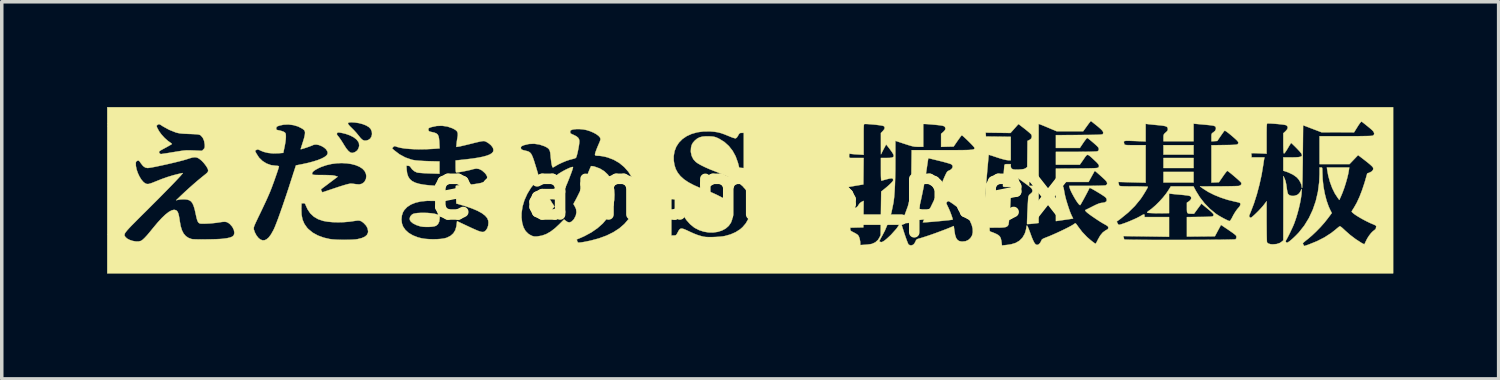
<source format=kicad_pcb>
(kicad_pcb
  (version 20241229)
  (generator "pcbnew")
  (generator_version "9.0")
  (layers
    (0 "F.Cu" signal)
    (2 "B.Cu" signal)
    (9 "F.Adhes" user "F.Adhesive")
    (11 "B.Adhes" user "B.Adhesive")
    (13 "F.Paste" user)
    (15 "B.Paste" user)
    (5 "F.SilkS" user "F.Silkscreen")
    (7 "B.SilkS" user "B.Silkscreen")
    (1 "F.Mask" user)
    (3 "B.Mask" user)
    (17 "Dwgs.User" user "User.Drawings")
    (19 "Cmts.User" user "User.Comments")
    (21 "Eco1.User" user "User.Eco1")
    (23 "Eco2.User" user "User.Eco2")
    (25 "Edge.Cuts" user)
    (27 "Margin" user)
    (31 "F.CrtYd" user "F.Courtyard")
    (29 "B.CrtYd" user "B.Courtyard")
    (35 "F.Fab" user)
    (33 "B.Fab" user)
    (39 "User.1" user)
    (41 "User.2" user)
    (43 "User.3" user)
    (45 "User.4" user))
  (footprint "edamameS_ptex"
    (layer "F.Cu")
    (at 18.309 2.37)
    (property "Reference" "edamameS_ptex" (at 0 0 0) (layer "F.SilkS") (effects (font (size 1.524 1.524) (thickness 0.3))))
    (attr through_hole)
    (fp_poly (pts (xy 12.636 -1.016) (xy 11.779 -1.016) (xy 11.779 -1.286) (xy 12.636 -1.286) (xy 12.636 -1.016)) (stroke (width 0.01) (type solid)) (fill yes) (layer "F.SilkS"))
    (fp_poly (pts (xy 12.636 -0.635) (xy 11.779 -0.635) (xy 11.779 -0.921) (xy 12.636 -0.921) (xy 12.636 -0.635)) (stroke (width 0.01) (type solid)) (fill yes) (layer "F.SilkS"))
    (fp_poly (pts (xy 12.636 -0.222) (xy 11.779 -0.222) (xy 11.779 -0.524) (xy 12.636 -0.524) (xy 12.636 -0.222)) (stroke (width 0.01) (type solid)) (fill yes) (layer "F.SilkS"))
    (fp_poly (pts (xy 17.059 -0.571) (xy 17.04 -0.466) (xy 17.01 -0.342) (xy 16.972 -0.207) (xy 16.928 -0.069) (xy 16.88 0.062) (xy 16.832 0.177) (xy 16.83 0.181) (xy 16.787 0.275) (xy 16.744 0.217) (xy 16.66 0.089) (xy 16.585 -0.064) (xy 16.522 -0.235) (xy 16.472 -0.416) (xy 16.441 -0.591) (xy 16.433 -0.651) (xy 17.07 -0.651) (xy 17.059 -0.571)) (stroke (width 0.01) (type solid)) (fill yes) (layer "F.SilkS"))
    (fp_poly (pts (xy -5.772 0.121) (xy -5.731 0.197) (xy -5.688 0.273) (xy -5.648 0.339) (xy -5.629 0.369) (xy -5.568 0.46) (xy -5.633 0.546) (xy -5.714 0.644) (xy -5.79 0.716) (xy -5.861 0.763) (xy -5.923 0.788) (xy -5.97 0.791) (xy -6.005 0.774) (xy -6.039 0.731) (xy -6.064 0.663) (xy -6.078 0.578) (xy -6.08 0.527) (xy -6.064 0.377) (xy -6.017 0.228) (xy -5.939 0.083) (xy -5.905 0.034) (xy -5.854 -0.036) (xy -5.772 0.121)) (stroke (width 0.01) (type solid)) (fill yes) (layer "F.SilkS"))
    (fp_poly (pts (xy 8.89 -0.126) (xy 8.91 -0.118) (xy 8.924 -0.099) (xy 8.935 -0.063) (xy 8.946 -0.006) (xy 8.96 0.076) (xy 8.962 0.087) (xy 8.98 0.17) (xy 9.006 0.271) (xy 9.039 0.38) (xy 9.074 0.489) (xy 9.109 0.591) (xy 9.143 0.676) (xy 9.165 0.725) (xy 9.206 0.805) (xy 9.036 0.831) (xy 8.957 0.842) (xy 8.88 0.853) (xy 8.818 0.862) (xy 8.791 0.866) (xy 8.715 0.877) (xy 8.715 -0.127) (xy 8.818 -0.127) (xy 8.86 -0.128) (xy 8.89 -0.126)) (stroke (width 0.01) (type solid)) (fill yes) (layer "F.SilkS"))
    (fp_poly (pts (xy -9.179 0.645) (xy -9.08 0.654) (xy -8.994 0.666) (xy -8.946 0.677) (xy -8.834 0.709) (xy -8.837 0.798) (xy -8.85 0.891) (xy -8.883 0.96) (xy -8.935 1.007) (xy -8.942 1.011) (xy -8.989 1.026) (xy -9.058 1.037) (xy -9.14 1.043) (xy -9.227 1.043) (xy -9.31 1.039) (xy -9.378 1.028) (xy -9.39 1.026) (xy -9.505 0.988) (xy -9.594 0.943) (xy -9.655 0.893) (xy -9.685 0.847) (xy -9.69 0.793) (xy -9.668 0.738) (xy -9.624 0.691) (xy -9.594 0.673) (xy -9.545 0.659) (xy -9.472 0.648) (xy -9.381 0.643) (xy -9.281 0.642) (xy -9.179 0.645)) (stroke (width 0.01) (type solid)) (fill yes) (layer "F.SilkS"))
    (fp_poly (pts (xy -5.039 -0.663) (xy -5.04 -0.644) (xy -5.052 -0.601) (xy -5.072 -0.539) (xy -5.1 -0.464) (xy -5.132 -0.38) (xy -5.167 -0.292) (xy -5.202 -0.205) (xy -5.236 -0.125) (xy -5.267 -0.057) (xy -5.293 -0.005) (xy -5.311 0.026) (xy -5.317 0.032) (xy -5.329 0.019) (xy -5.352 -0.017) (xy -5.382 -0.069) (xy -5.407 -0.115) (xy -5.444 -0.185) (xy -5.478 -0.252) (xy -5.505 -0.307) (xy -5.515 -0.329) (xy -5.545 -0.397) (xy -5.501 -0.432) (xy -5.45 -0.47) (xy -5.386 -0.51) (xy -5.315 -0.551) (xy -5.241 -0.59) (xy -5.171 -0.623) (xy -5.111 -0.649) (xy -5.065 -0.663) (xy -5.041 -0.664) (xy -5.039 -0.663)) (stroke (width 0.01) (type solid)) (fill yes) (layer "F.SilkS"))
    (fp_poly (pts (xy 18.32 2.365) (xy -18.304 2.365) (xy -18.304 1.263) (xy -17.814 1.263) (xy -17.813 1.283) (xy -17.806 1.3) (xy -17.795 1.318) (xy -17.787 1.33) (xy -17.739 1.375) (xy -17.669 1.412) (xy -17.587 1.44) (xy -17.5 1.456) (xy -17.418 1.458) (xy -17.351 1.443) (xy -17.339 1.438) (xy -17.296 1.408) (xy -17.24 1.356) (xy -17.17 1.281) (xy -17.086 1.181) (xy -17.003 1.079) (xy -16.872 0.922) (xy -16.753 0.792) (xy -16.646 0.69) (xy -16.552 0.617) (xy -16.47 0.572) (xy -16.401 0.555) (xy -16.345 0.568) (xy -16.32 0.587) (xy -16.298 0.617) (xy -16.28 0.661) (xy -16.264 0.725) (xy -16.248 0.813) (xy -16.24 0.871) (xy -16.214 1.019) (xy -16.177 1.139) (xy -16.129 1.233) (xy -16.066 1.305) (xy -15.989 1.356) (xy -15.899 1.389) (xy -15.865 1.393) (xy -15.805 1.396) (xy -15.724 1.398) (xy -15.627 1.399) (xy -15.521 1.398) (xy -15.411 1.397) (xy -15.302 1.395) (xy -15.2 1.392) (xy -15.11 1.388) (xy -15.038 1.383) (xy -15.01 1.38) (xy -14.896 1.365) (xy -14.811 1.346) (xy -14.75 1.323) (xy -14.711 1.293) (xy -14.691 1.254) (xy -14.684 1.205) (xy -14.7 1.12) (xy -14.718 1.086) (xy -14.134 1.086) (xy -14.132 1.105) (xy -14.131 1.111) (xy -14.101 1.198) (xy -14.057 1.282) (xy -14.003 1.352) (xy -13.948 1.399) (xy -13.883 1.425) (xy -13.819 1.421) (xy -13.768 1.397) (xy -13.705 1.344) (xy -13.641 1.258) (xy -13.575 1.141) (xy -13.556 1.103) (xy -13.525 1.032) (xy -13.486 0.933) (xy -13.439 0.81) (xy -13.387 0.665) (xy -13.342 0.538) (xy -12.776 0.538) (xy -12.77 0.697) (xy -12.742 0.836) (xy -12.69 0.957) (xy -12.614 1.065) (xy -12.575 1.106) (xy -12.452 1.207) (xy -12.306 1.287) (xy -12.137 1.349) (xy -11.972 1.387) (xy -11.894 1.398) (xy -11.794 1.405) (xy -11.679 1.41) (xy -11.558 1.411) (xy -11.438 1.41) (xy -11.327 1.406) (xy -11.233 1.399) (xy -11.171 1.39) (xy -11.054 1.36) (xy -10.968 1.322) (xy -10.91 1.273) (xy -10.88 1.214) (xy -10.874 1.171) (xy -10.888 1.088) (xy -10.928 1.01) (xy -10.994 0.938) (xy -11.051 0.892) (xy -11.103 0.867) (xy -11.162 0.86) (xy -11.238 0.869) (xy -11.248 0.871) (xy -11.401 0.893) (xy -11.564 0.907) (xy -11.729 0.911) (xy -11.888 0.907) (xy -12.033 0.893) (xy -12.155 0.871) (xy -12.299 0.822) (xy -12.421 0.75) (xy -12.522 0.655) (xy -12.601 0.537) (xy -12.645 0.44) (xy -12.663 0.395) (xy -12.68 0.373) (xy -12.703 0.367) (xy -12.722 0.368) (xy -12.771 0.373) (xy -12.776 0.538) (xy -13.342 0.538) (xy -13.329 0.502) (xy -13.268 0.323) (xy -13.203 0.131) (xy -13.136 -0.071) (xy -13.087 -0.224) (xy -13.005 -0.477) (xy -12.47 -0.477) (xy -12.468 -0.467) (xy -12.464 -0.456) (xy -12.454 -0.447) (xy -12.435 -0.442) (xy -12.403 -0.438) (xy -12.352 -0.436) (xy -12.278 -0.435) (xy -12.177 -0.435) (xy -12.171 -0.435) (xy -12.049 -0.433) (xy -11.954 -0.43) (xy -11.883 -0.425) (xy -11.832 -0.416) (xy -11.811 -0.411) (xy -11.74 -0.388) (xy -11.97 -0.215) (xy -12.044 -0.159) (xy -12.11 -0.11) (xy -12.163 -0.07) (xy -12.199 -0.042) (xy -12.213 -0.031) (xy -12.215 -0.011) (xy -12.202 0.019) (xy -12.176 0.058) (xy -11.807 -0.066) (xy -11.684 -0.107) (xy -11.575 -0.141) (xy -11.486 -0.167) (xy -11.418 -0.183) (xy -11.377 -0.19) (xy -11.373 -0.191) (xy -11.317 -0.187) (xy -11.251 -0.179) (xy -11.224 -0.175) (xy -11.128 -0.167) (xy -11.051 -0.186) (xy -10.99 -0.23) (xy -10.977 -0.245) (xy -10.936 -0.322) (xy -10.926 -0.407) (xy -10.937 -0.473) (xy -10.974 -0.55) (xy -11.037 -0.617) (xy -11.123 -0.672) (xy -11.228 -0.716) (xy -11.349 -0.748) (xy -11.482 -0.768) (xy -11.624 -0.776) (xy -11.77 -0.77) (xy -11.918 -0.75) (xy -12.064 -0.716) (xy -12.204 -0.668) (xy -12.281 -0.634) (xy -12.369 -0.587) (xy -12.428 -0.546) (xy -12.461 -0.51) (xy -12.47 -0.477) (xy -13.005 -0.477) (xy -12.93 -0.709) (xy -12.751 -0.744) (xy -12.585 -0.78) (xy -12.436 -0.82) (xy -12.306 -0.861) (xy -12.199 -0.904) (xy -12.116 -0.948) (xy -12.061 -0.99) (xy -12.041 -1.017) (xy -12.026 -1.053) (xy -12.028 -1.085) (xy -12.039 -1.117) (xy -12.076 -1.172) (xy -12.133 -1.221) (xy -12.204 -1.262) (xy -12.28 -1.291) (xy -12.354 -1.304) (xy -12.417 -1.298) (xy -12.439 -1.29) (xy -12.47 -1.276) (xy -12.519 -1.257) (xy -12.579 -1.235) (xy -12.643 -1.213) (xy -12.703 -1.194) (xy -12.753 -1.179) (xy -12.786 -1.17) (xy -12.795 -1.17) (xy -12.791 -1.188) (xy -12.778 -1.23) (xy -12.759 -1.291) (xy -12.736 -1.363) (xy -12.731 -1.378) (xy -12.697 -1.49) (xy -12.677 -1.576) (xy -12.674 -1.609) (xy -11.766 -1.609) (xy -11.762 -1.587) (xy -11.741 -1.556) (xy -11.716 -1.526) (xy -11.682 -1.481) (xy -11.639 -1.418) (xy -11.593 -1.346) (xy -11.562 -1.294) (xy -11.497 -1.193) (xy -11.438 -1.122) (xy -11.385 -1.079) (xy -11.335 -1.064) (xy -11.331 -1.064) (xy -11.296 -1.07) (xy -11.252 -1.087) (xy -11.244 -1.09) (xy -11.184 -1.135) (xy -11.146 -1.195) (xy -10.193 -1.195) (xy -10.132 -1.14) (xy -9.98 -1.024) (xy -9.813 -0.934) (xy -9.634 -0.872) (xy -9.604 -0.865) (xy -9.524 -0.852) (xy -9.413 -0.842) (xy -9.272 -0.834) (xy -9.164 -0.83) (xy -8.842 -0.822) (xy -8.842 -0.472) (xy -9.132 -0.481) (xy -9.229 -0.485) (xy -9.319 -0.49) (xy -9.396 -0.496) (xy -9.453 -0.502) (xy -9.481 -0.507) (xy -9.555 -0.542) (xy -9.62 -0.596) (xy -9.661 -0.653) (xy -9.687 -0.687) (xy -9.724 -0.698) (xy -9.734 -0.699) (xy -9.783 -0.699) (xy -9.776 -0.58) (xy -9.762 -0.478) (xy -9.733 -0.392) (xy -9.688 -0.321) (xy -9.623 -0.264) (xy -9.537 -0.219) (xy -9.426 -0.185) (xy -9.29 -0.159) (xy -9.124 -0.141) (xy -9.092 -0.139) (xy -8.842 -0.121) (xy -8.842 0.31) (xy -8.989 0.302) (xy -9.188 0.3) (xy -9.366 0.316) (xy -9.521 0.351) (xy -9.653 0.404) (xy -9.761 0.474) (xy -9.843 0.561) (xy -9.881 0.623) (xy -9.914 0.722) (xy -9.925 0.831) (xy -9.912 0.94) (xy -9.881 1.029) (xy -9.814 1.127) (xy -9.72 1.213) (xy -9.6 1.284) (xy -9.457 1.34) (xy -9.355 1.366) (xy -9.258 1.382) (xy -9.146 1.391) (xy -9.026 1.395) (xy -8.907 1.392) (xy -8.796 1.384) (xy -8.701 1.369) (xy -8.631 1.35) (xy -8.525 1.296) (xy -8.446 1.225) (xy -8.391 1.135) (xy -8.359 1.023) (xy -8.353 0.979) (xy -8.342 0.879) (xy -8.046 1.018) (xy -7.922 1.076) (xy -7.823 1.12) (xy -7.746 1.153) (xy -7.686 1.174) (xy -7.64 1.185) (xy -7.605 1.187) (xy -7.576 1.182) (xy -7.565 1.178) (xy -7.518 1.14) (xy -7.48 1.08) (xy -7.455 1.005) (xy -7.447 0.923) (xy -7.452 0.865) (xy -7.482 0.791) (xy -7.543 0.72) (xy -7.636 0.65) (xy -7.761 0.582) (xy -7.916 0.516) (xy -8.103 0.452) (xy -8.185 0.427) (xy -8.362 0.376) (xy -8.373 0.132) (xy -8.376 0.047) (xy -8.378 -0.027) (xy -8.378 -0.085) (xy -8.376 -0.12) (xy -8.374 -0.127) (xy -8.355 -0.134) (xy -8.312 -0.14) (xy -8.254 -0.143) (xy -8.242 -0.143) (xy -8.16 -0.145) (xy -8.062 -0.152) (xy -7.957 -0.163) (xy -7.852 -0.175) (xy -7.757 -0.19) (xy -7.679 -0.204) (xy -7.642 -0.214) (xy -7.586 -0.236) (xy -7.535 -0.265) (xy -7.517 -0.279) (xy -7.485 -0.327) (xy -7.482 -0.383) (xy -7.51 -0.445) (xy -7.552 -0.496) (xy -7.633 -0.567) (xy -7.713 -0.607) (xy -7.796 -0.619) (xy -7.886 -0.602) (xy -7.906 -0.596) (xy -7.946 -0.584) (xy -8.007 -0.57) (xy -8.082 -0.554) (xy -8.162 -0.538) (xy -8.239 -0.524) (xy -8.304 -0.514) (xy -8.35 -0.508) (xy -8.36 -0.508) (xy -8.37 -0.514) (xy -8.377 -0.536) (xy -8.38 -0.579) (xy -8.382 -0.647) (xy -8.382 -0.679) (xy -8.382 -0.85) (xy -8.116 -0.878) (xy -7.916 -0.902) (xy -7.746 -0.928) (xy -7.605 -0.956) (xy -7.493 -0.987) (xy -7.408 -1.02) (xy -7.349 -1.058) (xy -7.314 -1.1) (xy -7.304 -1.147) (xy -7.316 -1.199) (xy -7.324 -1.215) (xy -6.525 -1.215) (xy -6.519 -1.184) (xy -6.5 -1.161) (xy -6.46 -1.144) (xy -6.395 -1.128) (xy -6.39 -1.127) (xy -6.34 -1.115) (xy -6.299 -1.1) (xy -6.265 -1.077) (xy -6.235 -1.044) (xy -6.208 -0.996) (xy -6.18 -0.93) (xy -6.149 -0.842) (xy -6.114 -0.728) (xy -6.098 -0.678) (xy -5.999 -0.348) (xy -6.104 -0.234) (xy -6.234 -0.075) (xy -6.34 0.098) (xy -6.422 0.279) (xy -6.477 0.464) (xy -6.504 0.649) (xy -6.505 0.778) (xy -6.486 0.93) (xy -6.448 1.058) (xy -6.389 1.161) (xy -6.311 1.239) (xy -6.247 1.278) (xy -6.193 1.303) (xy -6.149 1.314) (xy -6.099 1.316) (xy -6.052 1.313) (xy -5.924 1.291) (xy -5.8 1.247) (xy -5.677 1.177) (xy -5.551 1.081) (xy -5.429 0.967) (xy -5.293 0.829) (xy -5.249 0.867) (xy -5.19 0.906) (xy -5.134 0.914) (xy -5.08 0.892) (xy -5.026 0.839) (xy -5.005 0.81) (xy -4.958 0.718) (xy -4.941 0.624) (xy -4.952 0.532) (xy -4.99 0.451) (xy -5.015 0.414) (xy -5.023 0.389) (xy -5.015 0.366) (xy -5.001 0.342) (xy -4.97 0.287) (xy -4.929 0.209) (xy -4.881 0.113) (xy -4.829 0.006) (xy -4.776 -0.106) (xy -4.725 -0.217) (xy -4.679 -0.322) (xy -4.64 -0.413) (xy -4.628 -0.445) (xy -4.596 -0.524) (xy -4.567 -0.594) (xy -4.544 -0.647) (xy -4.529 -0.68) (xy -4.526 -0.687) (xy -4.506 -0.689) (xy -4.465 -0.684) (xy -4.422 -0.674) (xy -4.276 -0.621) (xy -4.15 -0.544) (xy -4.045 -0.445) (xy -3.962 -0.325) (xy -3.903 -0.185) (xy -3.868 -0.027) (xy -3.858 0.126) (xy -3.866 0.282) (xy -3.891 0.422) (xy -3.936 0.556) (xy -3.976 0.645) (xy -4.069 0.799) (xy -4.191 0.944) (xy -4.341 1.077) (xy -4.516 1.198) (xy -4.714 1.305) (xy -4.814 1.35) (xy -4.934 1.4) (xy -4.918 1.448) (xy -4.907 1.475) (xy -4.893 1.488) (xy -4.866 1.49) (xy -4.817 1.485) (xy -4.812 1.485) (xy -4.759 1.477) (xy -4.686 1.464) (xy -4.604 1.447) (xy -4.541 1.434) (xy -4.302 1.37) (xy -4.084 1.29) (xy -3.889 1.194) (xy -3.719 1.084) (xy -3.575 0.959) (xy -3.458 0.822) (xy -3.382 0.698) (xy -3.334 0.595) (xy -3.3 0.501) (xy -3.277 0.403) (xy -3.264 0.291) (xy -3.259 0.205) (xy -2.238 0.205) (xy -2.238 1.286) (xy -2.169 1.286) (xy -2.132 1.285) (xy -2.107 1.276) (xy -2.087 1.255) (xy -2.063 1.213) (xy -2.054 1.195) (xy -2.026 1.144) (xy -2 1.11) (xy -1.97 1.092) (xy -1.932 1.09) (xy -1.881 1.104) (xy -1.81 1.134) (xy -1.73 1.172) (xy -1.6 1.231) (xy -1.486 1.275) (xy -1.379 1.307) (xy -1.31 1.323) (xy -1.253 1.33) (xy -1.174 1.333) (xy -1.079 1.333) (xy -0.977 1.329) (xy -0.877 1.323) (xy -0.787 1.314) (xy -0.715 1.302) (xy -0.714 1.302) (xy -0.553 1.257) (xy -0.407 1.193) (xy -0.28 1.112) (xy -0.209 1.05) (xy -0.118 0.943) (xy -0.052 0.828) (xy -0.01 0.7) (xy 0.012 0.553) (xy 0.015 0.452) (xy 0.008 0.319) (xy -0.015 0.197) (xy -0.057 0.086) (xy -0.118 -0.016) (xy -0.181 -0.089) (xy 2.783 -0.089) (xy 2.785 -0.074) (xy 2.795 -0.033) (xy 2.81 0.025) (xy 2.828 0.096) (xy 2.849 0.173) (xy 2.87 0.25) (xy 2.89 0.321) (xy 2.907 0.38) (xy 2.919 0.421) (xy 2.923 0.433) (xy 2.954 0.479) (xy 2.992 0.497) (xy 3.034 0.487) (xy 3.073 0.451) (xy 3.091 0.42) (xy 3.134 0.363) (xy 3.179 0.331) (xy 3.239 0.301) (xy 3.231 1.056) (xy 3.044 1.06) (xy 2.857 1.065) (xy 2.857 1.109) (xy 2.861 1.135) (xy 2.877 1.156) (xy 2.91 1.177) (xy 2.953 1.199) (xy 3.007 1.227) (xy 3.054 1.257) (xy 3.079 1.277) (xy 3.105 1.32) (xy 3.126 1.383) (xy 3.14 1.456) (xy 3.143 1.506) (xy 3.143 1.56) (xy 3.282 1.551) (xy 3.353 1.545) (xy 3.42 1.536) (xy 3.469 1.527) (xy 3.478 1.525) (xy 3.572 1.482) (xy 3.606 1.451) (xy 3.685 1.451) (xy 3.702 1.462) (xy 3.722 1.473) (xy 3.75 1.476) (xy 3.789 1.461) (xy 3.842 1.426) (xy 3.909 1.37) (xy 3.994 1.291) (xy 4.024 1.262) (xy 4.176 1.092) (xy 4.276 0.945) (xy 4.308 0.945) (xy 4.398 1.227) (xy 4.429 1.319) (xy 4.458 1.401) (xy 4.484 1.469) (xy 4.504 1.518) (xy 4.517 1.541) (xy 4.56 1.567) (xy 4.611 1.568) (xy 4.659 1.544) (xy 4.663 1.54) (xy 4.692 1.504) (xy 4.716 1.457) (xy 4.717 1.453) (xy 4.737 1.413) (xy 4.768 1.39) (xy 4.802 1.379) (xy 4.899 1.351) (xy 5.018 1.313) (xy 5.152 1.268) (xy 5.295 1.217) (xy 5.438 1.164) (xy 5.576 1.112) (xy 5.701 1.062) (xy 5.749 1.042) (xy 5.806 1.017) (xy 5.825 1.161) (xy 5.844 1.272) (xy 5.871 1.354) (xy 5.908 1.41) (xy 5.957 1.444) (xy 6.021 1.459) (xy 6.051 1.46) (xy 6.145 1.45) (xy 6.221 1.415) (xy 6.282 1.36) (xy 6.328 1.285) (xy 6.348 1.195) (xy 6.345 1.094) (xy 6.318 0.986) (xy 6.269 0.874) (xy 6.198 0.763) (xy 6.135 0.686) (xy 6.067 0.617) (xy 5.98 0.54) (xy 5.885 0.462) (xy 5.79 0.391) (xy 5.717 0.342) (xy 5.676 0.317) (xy 5.651 0.308) (xy 5.634 0.313) (xy 5.616 0.33) (xy 5.602 0.346) (xy 5.596 0.363) (xy 5.601 0.386) (xy 5.618 0.424) (xy 5.642 0.474) (xy 5.668 0.529) (xy 5.696 0.594) (xy 5.722 0.662) (xy 5.746 0.727) (xy 5.764 0.782) (xy 5.775 0.82) (xy 5.775 0.834) (xy 5.757 0.839) (xy 5.712 0.845) (xy 5.646 0.853) (xy 5.564 0.861) (xy 5.47 0.871) (xy 5.371 0.88) (xy 5.27 0.889) (xy 5.173 0.898) (xy 5.085 0.905) (xy 5.012 0.91) (xy 4.958 0.913) (xy 4.929 0.913) (xy 4.925 0.913) (xy 4.931 0.899) (xy 4.949 0.862) (xy 4.977 0.809) (xy 5.011 0.745) (xy 5.011 0.745) (xy 5.078 0.619) (xy 5.153 0.471) (xy 5.232 0.308) (xy 5.312 0.14) (xy 5.316 0.13) (xy 6.709 0.13) (xy 6.71 0.161) (xy 6.714 0.182) (xy 6.719 0.198) (xy 6.722 0.205) (xy 6.763 0.25) (xy 6.829 0.276) (xy 6.92 0.284) (xy 6.96 0.282) (xy 7.054 0.268) (xy 7.121 0.241) (xy 7.164 0.198) (xy 7.186 0.137) (xy 7.191 0.07) (xy 7.191 0) (xy 7.429 0) (xy 7.429 0.083) (xy 7.428 0.157) (xy 7.424 0.247) (xy 7.419 0.348) (xy 7.413 0.457) (xy 7.405 0.567) (xy 7.397 0.674) (xy 7.389 0.773) (xy 7.381 0.858) (xy 7.373 0.924) (xy 7.366 0.968) (xy 7.363 0.98) (xy 7.344 1.011) (xy 7.318 1.033) (xy 7.281 1.048) (xy 7.227 1.057) (xy 7.151 1.062) (xy 7.049 1.063) (xy 7.045 1.063) (xy 6.826 1.064) (xy 6.826 1.119) (xy 6.83 1.158) (xy 6.847 1.177) (xy 6.87 1.184) (xy 6.907 1.196) (xy 6.96 1.218) (xy 7.011 1.24) (xy 7.074 1.275) (xy 7.117 1.314) (xy 7.144 1.366) (xy 7.161 1.438) (xy 7.167 1.48) (xy 7.178 1.572) (xy 7.268 1.562) (xy 7.339 1.554) (xy 7.416 1.542) (xy 7.445 1.537) (xy 7.57 1.499) (xy 7.676 1.437) (xy 7.761 1.352) (xy 7.823 1.247) (xy 7.842 1.195) (xy 7.859 1.137) (xy 7.87 1.087) (xy 7.874 1.058) (xy 7.88 1.02) (xy 7.888 1.003) (xy 7.898 1.009) (xy 7.916 1.044) (xy 7.943 1.107) (xy 7.977 1.198) (xy 7.987 1.225) (xy 8.029 1.34) (xy 8.066 1.427) (xy 8.098 1.49) (xy 8.128 1.53) (xy 8.157 1.551) (xy 8.182 1.556) (xy 8.224 1.541) (xy 8.263 1.503) (xy 8.293 1.45) (xy 8.298 1.437) (xy 8.31 1.411) (xy 8.332 1.39) (xy 8.371 1.369) (xy 8.431 1.345) (xy 8.523 1.309) (xy 8.626 1.265) (xy 8.734 1.217) (xy 8.844 1.166) (xy 8.95 1.115) (xy 9.047 1.067) (xy 9.13 1.023) (xy 9.196 0.985) (xy 9.238 0.957) (xy 9.246 0.951) (xy 9.262 0.94) (xy 9.277 0.943) (xy 9.297 0.963) (xy 9.327 1.004) (xy 9.343 1.028) (xy 9.461 1.184) (xy 9.602 1.332) (xy 9.706 1.422) (xy 9.76 1.465) (xy 9.805 1.498) (xy 9.835 1.519) (xy 9.844 1.524) (xy 9.855 1.511) (xy 9.876 1.475) (xy 9.902 1.425) (xy 9.91 1.407) (xy 9.977 1.289) (xy 10.05 1.201) (xy 10.129 1.143) (xy 10.144 1.135) (xy 10.186 1.112) (xy 10.204 1.088) (xy 10.208 1.065) (xy 10.203 1.039) (xy 10.184 1.017) (xy 10.144 0.991) (xy 10.117 0.976) (xy 10.056 0.942) (xy 9.98 0.896) (xy 9.973 0.891) (xy 10.446 0.891) (xy 10.47 0.938) (xy 10.49 0.97) (xy 10.505 0.984) (xy 10.506 0.984) (xy 10.542 0.978) (xy 10.601 0.96) (xy 10.677 0.934) (xy 10.763 0.901) (xy 10.853 0.864) (xy 10.942 0.825) (xy 11.023 0.788) (xy 11.09 0.753) (xy 11.116 0.739) (xy 11.174 0.705) (xy 11.211 0.688) (xy 11.23 0.687) (xy 11.238 0.702) (xy 11.239 0.722) (xy 11.239 0.762) (xy 11.938 0.762) (xy 11.938 1.323) (xy 11.287 1.313) (xy 10.636 1.304) (xy 10.646 1.346) (xy 10.656 1.382) (xy 10.663 1.401) (xy 10.68 1.403) (xy 10.726 1.405) (xy 10.798 1.407) (xy 10.895 1.409) (xy 11.012 1.41) (xy 11.149 1.411) (xy 11.301 1.412) (xy 11.467 1.413) (xy 11.644 1.413) (xy 11.829 1.413) (xy 12.02 1.413) (xy 12.214 1.413) (xy 12.408 1.413) (xy 12.6 1.412) (xy 12.787 1.412) (xy 12.967 1.411) (xy 13.137 1.409) (xy 13.294 1.408) (xy 13.436 1.407) (xy 13.56 1.405) (xy 13.664 1.403) (xy 13.745 1.401) (xy 13.8 1.399) (xy 13.826 1.397) (xy 13.828 1.396) (xy 13.854 1.366) (xy 13.856 1.319) (xy 13.849 1.294) (xy 13.833 1.277) (xy 13.795 1.245) (xy 13.74 1.204) (xy 13.672 1.157) (xy 13.628 1.126) (xy 13.417 0.985) (xy 13.33 1.147) (xy 13.243 1.31) (xy 12.845 1.314) (xy 12.446 1.318) (xy 12.446 0.763) (xy 12.813 0.758) (xy 12.932 0.757) (xy 13.022 0.755) (xy 13.089 0.752) (xy 13.136 0.749) (xy 13.166 0.745) (xy 13.185 0.738) (xy 13.195 0.73) (xy 13.198 0.726) (xy 13.206 0.708) (xy 13.205 0.688) (xy 13.191 0.665) (xy 13.161 0.633) (xy 13.114 0.589) (xy 13.044 0.531) (xy 13.021 0.512) (xy 12.86 0.379) (xy 12.649 0.667) (xy 12.573 0.667) (xy 12.516 0.666) (xy 12.48 0.659) (xy 12.459 0.641) (xy 12.449 0.607) (xy 12.446 0.549) (xy 12.446 0.5) (xy 12.446 0.352) (xy 12.502 0.317) (xy 12.545 0.279) (xy 12.568 0.237) (xy 12.566 0.197) (xy 12.558 0.183) (xy 12.544 0.17) (xy 12.522 0.16) (xy 12.487 0.151) (xy 12.435 0.144) (xy 12.361 0.135) (xy 12.279 0.127) (xy 12.198 0.12) (xy 12.118 0.112) (xy 12.052 0.106) (xy 12.021 0.102) (xy 11.938 0.093) (xy 11.938 0.651) (xy 11.783 0.652) (xy 11.646 0.653) (xy 11.529 0.652) (xy 11.435 0.649) (xy 11.366 0.645) (xy 11.325 0.64) (xy 11.314 0.636) (xy 11.317 0.621) (xy 11.341 0.598) (xy 11.346 0.595) (xy 11.446 0.522) (xy 11.554 0.428) (xy 11.664 0.319) (xy 11.768 0.204) (xy 11.86 0.088) (xy 11.929 -0.015) (xy 11.988 -0.111) (xy 12.634 -0.111) (xy 12.701 0.015) (xy 12.813 0.197) (xy 12.948 0.37) (xy 13.101 0.527) (xy 13.263 0.662) (xy 13.3 0.687) (xy 13.354 0.722) (xy 13.42 0.76) (xy 13.49 0.799) (xy 13.557 0.833) (xy 13.614 0.86) (xy 13.652 0.875) (xy 13.656 0.876) (xy 13.673 0.869) (xy 13.697 0.84) (xy 13.729 0.786) (xy 13.749 0.745) (xy 14.219 0.745) (xy 14.234 0.764) (xy 14.239 0.769) (xy 14.252 0.779) (xy 14.266 0.78) (xy 14.286 0.771) (xy 14.316 0.747) (xy 14.361 0.707) (xy 14.415 0.656) (xy 14.481 0.591) (xy 14.546 0.522) (xy 14.603 0.458) (xy 14.639 0.414) (xy 14.716 0.313) (xy 14.716 0.891) (xy 14.717 1.023) (xy 14.718 1.146) (xy 14.719 1.256) (xy 14.721 1.348) (xy 14.723 1.42) (xy 14.726 1.467) (xy 14.728 1.486) (xy 14.768 1.518) (xy 14.833 1.536) (xy 14.894 1.54) (xy 15.005 1.53) (xy 15.094 1.5) (xy 15.144 1.466) (xy 15.192 1.426) (xy 15.195 -0.405) (xy 15.231 -0.329) (xy 15.256 -0.259) (xy 15.276 -0.163) (xy 15.286 -0.092) (xy 15.296 -0.02) (xy 15.308 0.044) (xy 15.321 0.09) (xy 15.328 0.106) (xy 15.368 0.141) (xy 15.428 0.159) (xy 15.498 0.159) (xy 15.515 0.156) (xy 15.591 0.13) (xy 15.645 0.086) (xy 15.683 0.027) (xy 15.716 -0.04) (xy 15.716 0.016) (xy 15.71 0.112) (xy 15.693 0.23) (xy 15.668 0.365) (xy 15.635 0.509) (xy 15.596 0.656) (xy 15.553 0.799) (xy 15.507 0.931) (xy 15.502 0.943) (xy 15.481 0.996) (xy 15.451 1.063) (xy 15.415 1.139) (xy 15.378 1.218) (xy 15.341 1.292) (xy 15.308 1.356) (xy 15.282 1.403) (xy 15.268 1.425) (xy 15.259 1.455) (xy 15.273 1.482) (xy 15.299 1.492) (xy 15.326 1.481) (xy 15.371 1.45) (xy 15.427 1.404) (xy 15.491 1.346) (xy 15.559 1.28) (xy 15.625 1.211) (xy 15.636 1.199) (xy 15.79 1.005) (xy 15.922 0.789) (xy 16.031 0.556) (xy 16.117 0.306) (xy 16.178 0.043) (xy 16.214 -0.231) (xy 16.224 -0.464) (xy 16.224 -0.651) (xy 16.264 -0.651) (xy 16.284 -0.649) (xy 16.296 -0.641) (xy 16.301 -0.619) (xy 16.303 -0.577) (xy 16.304 -0.526) (xy 16.312 -0.317) (xy 16.335 -0.107) (xy 16.373 0.098) (xy 16.423 0.291) (xy 16.484 0.464) (xy 16.527 0.558) (xy 16.573 0.648) (xy 16.453 0.808) (xy 16.359 0.926) (xy 16.248 1.051) (xy 16.128 1.174) (xy 16.007 1.288) (xy 15.894 1.385) (xy 15.879 1.396) (xy 15.825 1.439) (xy 15.781 1.476) (xy 15.754 1.502) (xy 15.748 1.511) (xy 15.755 1.53) (xy 15.769 1.559) (xy 15.784 1.582) (xy 15.79 1.587) (xy 15.805 1.583) (xy 15.844 1.57) (xy 15.899 1.551) (xy 15.933 1.538) (xy 16.153 1.449) (xy 16.363 1.342) (xy 16.554 1.219) (xy 16.669 1.129) (xy 16.716 1.089) (xy 16.758 1.055) (xy 16.784 1.034) (xy 16.784 1.034) (xy 16.798 1.027) (xy 16.815 1.029) (xy 16.839 1.044) (xy 16.875 1.074) (xy 16.928 1.123) (xy 16.953 1.147) (xy 17.098 1.274) (xy 17.254 1.392) (xy 17.409 1.492) (xy 17.42 1.499) (xy 17.463 1.522) (xy 17.493 1.535) (xy 17.502 1.537) (xy 17.511 1.52) (xy 17.528 1.484) (xy 17.541 1.455) (xy 17.582 1.374) (xy 17.635 1.292) (xy 17.692 1.219) (xy 17.748 1.163) (xy 17.766 1.15) (xy 17.802 1.121) (xy 17.825 1.097) (xy 17.828 1.089) (xy 17.832 1.06) (xy 17.837 1.039) (xy 17.837 1.019) (xy 17.822 1.002) (xy 17.786 0.983) (xy 17.753 0.969) (xy 17.661 0.93) (xy 17.566 0.884) (xy 17.472 0.835) (xy 17.381 0.784) (xy 17.3 0.735) (xy 17.231 0.69) (xy 17.179 0.65) (xy 17.147 0.619) (xy 17.139 0.599) (xy 17.14 0.599) (xy 17.154 0.576) (xy 17.179 0.535) (xy 17.206 0.493) (xy 17.285 0.354) (xy 17.362 0.187) (xy 17.436 -0.004) (xy 17.506 -0.215) (xy 17.531 -0.3) (xy 17.582 -0.48) (xy 17.653 -0.506) (xy 17.713 -0.539) (xy 17.748 -0.582) (xy 17.754 -0.63) (xy 17.752 -0.637) (xy 17.739 -0.66) (xy 17.708 -0.694) (xy 17.657 -0.74) (xy 17.584 -0.8) (xy 17.488 -0.875) (xy 17.452 -0.903) (xy 17.322 -1.002) (xy 17.077 -0.746) (xy 16.224 -0.746) (xy 16.224 -1.54) (xy 16.961 -1.54) (xy 17.133 -1.54) (xy 17.288 -1.541) (xy 17.424 -1.543) (xy 17.539 -1.545) (xy 17.631 -1.547) (xy 17.696 -1.55) (xy 17.733 -1.554) (xy 17.739 -1.555) (xy 17.773 -1.581) (xy 17.781 -1.62) (xy 17.764 -1.666) (xy 17.728 -1.709) (xy 17.695 -1.738) (xy 17.648 -1.778) (xy 17.592 -1.824) (xy 17.535 -1.87) (xy 17.482 -1.912) (xy 17.442 -1.943) (xy 17.421 -1.957) (xy 17.406 -1.949) (xy 17.377 -1.916) (xy 17.339 -1.862) (xy 17.305 -1.809) (xy 17.207 -1.651) (xy 16.28 -1.653) (xy 16.018 -1.753) (xy 15.756 -1.853) (xy 15.747 -0.967) (xy 15.746 -0.802) (xy 15.743 -0.647) (xy 15.741 -0.504) (xy 15.739 -0.376) (xy 15.736 -0.267) (xy 15.734 -0.179) (xy 15.731 -0.115) (xy 15.729 -0.078) (xy 15.727 -0.069) (xy 15.72 -0.075) (xy 15.716 -0.103) (xy 15.716 -0.105) (xy 15.705 -0.166) (xy 15.674 -0.237) (xy 15.631 -0.307) (xy 15.579 -0.366) (xy 15.576 -0.369) (xy 15.472 -0.444) (xy 15.341 -0.507) (xy 15.276 -0.531) (xy 15.192 -0.558) (xy 15.192 -0.937) (xy 15.419 -0.937) (xy 15.538 -0.939) (xy 15.627 -0.945) (xy 15.687 -0.957) (xy 15.719 -0.977) (xy 15.724 -1.008) (xy 15.704 -1.051) (xy 15.659 -1.107) (xy 15.591 -1.18) (xy 15.58 -1.191) (xy 15.523 -1.249) (xy 15.474 -1.296) (xy 15.438 -1.331) (xy 15.418 -1.348) (xy 15.416 -1.349) (xy 15.405 -1.336) (xy 15.382 -1.301) (xy 15.35 -1.25) (xy 15.32 -1.198) (xy 15.283 -1.137) (xy 15.25 -1.088) (xy 15.225 -1.057) (xy 15.213 -1.048) (xy 15.205 -1.055) (xy 15.2 -1.078) (xy 15.196 -1.121) (xy 15.194 -1.187) (xy 15.192 -1.28) (xy 15.192 -1.336) (xy 15.192 -1.624) (xy 15.256 -1.683) (xy 15.303 -1.737) (xy 15.32 -1.786) (xy 15.306 -1.827) (xy 15.281 -1.85) (xy 15.252 -1.86) (xy 15.198 -1.87) (xy 15.123 -1.879) (xy 15.035 -1.888) (xy 14.939 -1.896) (xy 14.841 -1.902) (xy 14.746 -1.905) (xy 14.744 -1.905) (xy 14.736 -1.903) (xy 14.729 -1.895) (xy 14.724 -1.877) (xy 14.721 -1.846) (xy 14.718 -1.799) (xy 14.717 -1.732) (xy 14.716 -1.641) (xy 14.716 -1.523) (xy 14.716 -1.474) (xy 14.716 -1.043) (xy 14.492 -1.053) (xy 14.404 -1.057) (xy 14.342 -1.058) (xy 14.304 -1.057) (xy 14.283 -1.053) (xy 14.277 -1.046) (xy 14.278 -1.038) (xy 14.286 -1.003) (xy 14.287 -0.975) (xy 14.287 -0.937) (xy 14.655 -0.937) (xy 14.647 -0.893) (xy 14.64 -0.856) (xy 14.631 -0.8) (xy 14.622 -0.734) (xy 14.62 -0.722) (xy 14.574 -0.445) (xy 14.512 -0.164) (xy 14.439 0.112) (xy 14.355 0.376) (xy 14.263 0.618) (xy 14.235 0.685) (xy 14.219 0.723) (xy 14.219 0.745) (xy 13.749 0.745) (xy 13.755 0.735) (xy 13.797 0.659) (xy 13.844 0.586) (xy 13.887 0.529) (xy 13.899 0.516) (xy 13.946 0.462) (xy 13.968 0.418) (xy 13.97 0.399) (xy 13.969 0.379) (xy 13.961 0.365) (xy 13.942 0.353) (xy 13.906 0.342) (xy 13.847 0.329) (xy 13.805 0.32) (xy 13.603 0.27) (xy 13.405 0.205) (xy 13.219 0.129) (xy 13.051 0.044) (xy 12.908 -0.047) (xy 12.907 -0.048) (xy 12.819 -0.111) (xy 13.351 -0.113) (xy 13.48 -0.114) (xy 13.6 -0.115) (xy 13.708 -0.117) (xy 13.799 -0.119) (xy 13.869 -0.121) (xy 13.914 -0.123) (xy 13.929 -0.125) (xy 13.975 -0.145) (xy 13.998 -0.176) (xy 13.995 -0.213) (xy 13.992 -0.218) (xy 13.974 -0.239) (xy 13.937 -0.274) (xy 13.888 -0.319) (xy 13.83 -0.369) (xy 13.769 -0.421) (xy 13.711 -0.47) (xy 13.659 -0.511) (xy 13.62 -0.541) (xy 13.599 -0.554) (xy 13.597 -0.554) (xy 13.582 -0.542) (xy 13.554 -0.508) (xy 13.516 -0.458) (xy 13.473 -0.397) (xy 13.47 -0.392) (xy 13.358 -0.23) (xy 13.251 -0.225) (xy 13.145 -0.221) (xy 13.145 -1.283) (xy 13.511 -1.289) (xy 13.629 -1.29) (xy 13.718 -1.292) (xy 13.785 -1.295) (xy 13.831 -1.298) (xy 13.862 -1.303) (xy 13.882 -1.309) (xy 13.894 -1.317) (xy 13.9 -1.325) (xy 13.91 -1.344) (xy 13.911 -1.364) (xy 13.899 -1.388) (xy 13.872 -1.42) (xy 13.827 -1.463) (xy 13.762 -1.52) (xy 13.707 -1.567) (xy 13.635 -1.626) (xy 13.583 -1.666) (xy 13.547 -1.689) (xy 13.525 -1.697) (xy 13.514 -1.694) (xy 13.497 -1.673) (xy 13.468 -1.633) (xy 13.43 -1.579) (xy 13.403 -1.54) (xy 13.311 -1.405) (xy 13.228 -1.4) (xy 13.145 -1.395) (xy 13.145 -1.506) (xy 13.145 -1.564) (xy 13.15 -1.6) (xy 13.161 -1.623) (xy 13.183 -1.64) (xy 13.199 -1.65) (xy 13.247 -1.692) (xy 13.272 -1.74) (xy 13.272 -1.786) (xy 13.258 -1.811) (xy 13.246 -1.823) (xy 13.227 -1.832) (xy 13.198 -1.841) (xy 13.154 -1.848) (xy 13.09 -1.856) (xy 13.001 -1.865) (xy 12.934 -1.871) (xy 12.636 -1.898) (xy 12.636 -1.397) (xy 11.779 -1.397) (xy 11.779 -1.495) (xy 11.78 -1.55) (xy 11.787 -1.585) (xy 11.805 -1.612) (xy 11.838 -1.643) (xy 11.844 -1.647) (xy 11.883 -1.685) (xy 11.901 -1.714) (xy 11.904 -1.747) (xy 11.903 -1.752) (xy 11.896 -1.782) (xy 11.88 -1.804) (xy 11.85 -1.821) (xy 11.801 -1.834) (xy 11.73 -1.845) (xy 11.632 -1.855) (xy 11.62 -1.856) (xy 11.536 -1.864) (xy 11.456 -1.872) (xy 11.389 -1.879) (xy 11.347 -1.884) (xy 11.271 -1.893) (xy 11.271 -1.392) (xy 10.962 -1.404) (xy 10.852 -1.408) (xy 10.771 -1.41) (xy 10.714 -1.409) (xy 10.677 -1.405) (xy 10.657 -1.395) (xy 10.65 -1.38) (xy 10.653 -1.358) (xy 10.66 -1.328) (xy 10.662 -1.322) (xy 10.666 -1.309) (xy 10.674 -1.3) (xy 10.69 -1.294) (xy 10.718 -1.29) (xy 10.762 -1.287) (xy 10.828 -1.286) (xy 10.919 -1.286) (xy 10.971 -1.286) (xy 11.271 -1.286) (xy 11.271 -0.217) (xy 10.882 -0.227) (xy 10.493 -0.238) (xy 10.502 -0.194) (xy 10.512 -0.155) (xy 10.518 -0.131) (xy 10.527 -0.125) (xy 10.553 -0.12) (xy 10.599 -0.116) (xy 10.666 -0.113) (xy 10.758 -0.112) (xy 10.879 -0.111) (xy 10.929 -0.111) (xy 11.039 -0.111) (xy 11.138 -0.109) (xy 11.22 -0.107) (xy 11.284 -0.105) (xy 11.323 -0.102) (xy 11.335 -0.099) (xy 11.327 -0.078) (xy 11.305 -0.037) (xy 11.274 0.018) (xy 11.236 0.08) (xy 11.197 0.143) (xy 11.159 0.201) (xy 11.127 0.247) (xy 11.126 0.249) (xy 10.964 0.446) (xy 10.774 0.633) (xy 10.563 0.805) (xy 10.553 0.813) (xy 10.446 0.891) (xy 9.973 0.891) (xy 9.895 0.841) (xy 9.809 0.783) (xy 9.727 0.727) (xy 9.657 0.676) (xy 9.606 0.636) (xy 9.596 0.627) (xy 9.561 0.592) (xy 9.548 0.571) (xy 9.557 0.56) (xy 9.579 0.55) (xy 9.624 0.528) (xy 9.685 0.498) (xy 9.756 0.462) (xy 9.769 0.455) (xy 9.856 0.412) (xy 9.922 0.384) (xy 9.974 0.366) (xy 10.018 0.358) (xy 10.038 0.357) (xy 10.106 0.345) (xy 10.149 0.319) (xy 10.166 0.281) (xy 10.154 0.234) (xy 10.132 0.203) (xy 10.109 0.184) (xy 10.067 0.155) (xy 10.011 0.118) (xy 9.946 0.078) (xy 9.878 0.037) (xy 9.812 -0.002) (xy 9.753 -0.035) (xy 9.707 -0.059) (xy 9.679 -0.071) (xy 9.673 -0.071) (xy 9.66 -0.042) (xy 9.636 0.006) (xy 9.604 0.068) (xy 9.567 0.138) (xy 9.528 0.211) (xy 9.49 0.281) (xy 9.455 0.342) (xy 9.428 0.39) (xy 9.41 0.418) (xy 9.405 0.423) (xy 9.386 0.414) (xy 9.355 0.381) (xy 9.317 0.329) (xy 9.275 0.265) (xy 9.232 0.192) (xy 9.19 0.116) (xy 9.152 0.043) (xy 9.123 -0.023) (xy 9.105 -0.077) (xy 9.103 -0.083) (xy 9.093 -0.127) (xy 9.594 -0.127) (xy 9.726 -0.127) (xy 9.846 -0.129) (xy 9.951 -0.131) (xy 10.035 -0.134) (xy 10.097 -0.137) (xy 10.131 -0.141) (xy 10.135 -0.142) (xy 10.169 -0.168) (xy 10.176 -0.205) (xy 10.156 -0.252) (xy 10.116 -0.297) (xy 10.033 -0.374) (xy 9.959 -0.44) (xy 9.898 -0.494) (xy 9.853 -0.532) (xy 9.827 -0.552) (xy 9.821 -0.554) (xy 9.812 -0.538) (xy 9.791 -0.501) (xy 9.761 -0.447) (xy 9.731 -0.393) (xy 9.646 -0.238) (xy 8.715 -0.238) (xy 8.715 -0.618) (xy 9.312 -0.622) (xy 9.466 -0.624) (xy 9.591 -0.625) (xy 9.691 -0.627) (xy 9.768 -0.629) (xy 9.826 -0.631) (xy 9.867 -0.634) (xy 9.895 -0.638) (xy 9.913 -0.643) (xy 9.924 -0.65) (xy 9.929 -0.656) (xy 9.942 -0.682) (xy 9.94 -0.711) (xy 9.921 -0.746) (xy 9.881 -0.792) (xy 9.819 -0.851) (xy 9.801 -0.868) (xy 9.731 -0.933) (xy 9.679 -0.978) (xy 9.642 -1.004) (xy 9.614 -1.011) (xy 9.589 -0.999) (xy 9.562 -0.968) (xy 9.527 -0.919) (xy 9.502 -0.881) (xy 9.396 -0.73) (xy 8.715 -0.73) (xy 8.715 -1.095) (xy 9.286 -1.095) (xy 9.431 -1.096) (xy 9.562 -1.097) (xy 9.676 -1.099) (xy 9.77 -1.102) (xy 9.841 -1.105) (xy 9.885 -1.108) (xy 9.897 -1.111) (xy 9.928 -1.132) (xy 9.938 -1.169) (xy 9.938 -1.173) (xy 9.934 -1.196) (xy 9.922 -1.22) (xy 9.896 -1.251) (xy 9.854 -1.291) (xy 9.792 -1.346) (xy 9.78 -1.356) (xy 9.72 -1.407) (xy 9.668 -1.449) (xy 9.629 -1.479) (xy 9.607 -1.492) (xy 9.606 -1.492) (xy 9.591 -1.48) (xy 9.563 -1.446) (xy 9.526 -1.397) (xy 9.493 -1.349) (xy 9.397 -1.206) (xy 8.715 -1.206) (xy 8.715 -1.571) (xy 9.376 -1.575) (xy 9.54 -1.577) (xy 9.675 -1.578) (xy 9.784 -1.579) (xy 9.87 -1.581) (xy 9.935 -1.583) (xy 9.983 -1.586) (xy 10.016 -1.59) (xy 10.037 -1.594) (xy 10.049 -1.6) (xy 10.053 -1.605) (xy 10.064 -1.634) (xy 10.058 -1.666) (xy 10.033 -1.704) (xy 9.986 -1.751) (xy 9.917 -1.811) (xy 9.88 -1.841) (xy 9.712 -1.975) (xy 9.678 -1.935) (xy 9.652 -1.903) (xy 9.616 -1.854) (xy 9.576 -1.798) (xy 9.569 -1.789) (xy 9.493 -1.683) (xy 8.735 -1.683) (xy 8.513 -1.776) (xy 8.433 -1.81) (xy 8.361 -1.84) (xy 8.303 -1.863) (xy 8.265 -1.878) (xy 8.257 -1.881) (xy 8.223 -1.891) (xy 8.223 -0.238) (xy 7.953 -0.238) (xy 7.953 -0.127) (xy 8.223 -0.127) (xy 8.223 0.931) (xy 8.062 0.95) (xy 7.994 0.957) (xy 7.939 0.961) (xy 7.903 0.963) (xy 7.893 0.961) (xy 7.892 0.944) (xy 7.893 0.901) (xy 7.895 0.836) (xy 7.898 0.756) (xy 7.901 0.665) (xy 7.906 0.569) (xy 7.911 0.472) (xy 7.916 0.381) (xy 7.921 0.301) (xy 7.925 0.236) (xy 7.929 0.193) (xy 7.93 0.183) (xy 7.953 0.134) (xy 7.993 0.099) (xy 8.037 0.057) (xy 8.049 0.01) (xy 8.031 -0.04) (xy 8.007 -0.069) (xy 7.98 -0.092) (xy 7.935 -0.128) (xy 7.877 -0.172) (xy 7.812 -0.219) (xy 7.749 -0.265) (xy 7.693 -0.305) (xy 7.651 -0.332) (xy 7.641 -0.339) (xy 7.624 -0.331) (xy 7.592 -0.3) (xy 7.549 -0.248) (xy 7.53 -0.223) (xy 7.437 -0.096) (xy 7.322 -0.096) (xy 7.263 -0.096) (xy 7.229 -0.099) (xy 7.212 -0.107) (xy 7.207 -0.122) (xy 7.207 -0.131) (xy 7.208 -0.166) (xy 7.211 -0.224) (xy 7.216 -0.299) (xy 7.222 -0.383) (xy 7.228 -0.469) (xy 7.234 -0.552) (xy 7.24 -0.623) (xy 7.244 -0.678) (xy 7.248 -0.708) (xy 7.248 -0.71) (xy 7.256 -0.731) (xy 7.274 -0.742) (xy 7.31 -0.746) (xy 7.342 -0.746) (xy 7.429 -0.746) (xy 7.429 -0.691) (xy 7.436 -0.647) (xy 7.456 -0.616) (xy 7.495 -0.597) (xy 7.557 -0.589) (xy 7.645 -0.59) (xy 7.661 -0.591) (xy 7.741 -0.597) (xy 7.796 -0.605) (xy 7.833 -0.617) (xy 7.855 -0.631) (xy 7.898 -0.662) (xy 7.902 -1.035) (xy 7.906 -1.407) (xy 7.961 -1.433) (xy 8.009 -1.47) (xy 8.03 -1.519) (xy 8.022 -1.575) (xy 8.02 -1.579) (xy 8.002 -1.602) (xy 7.963 -1.639) (xy 7.909 -1.685) (xy 7.845 -1.737) (xy 7.826 -1.752) (xy 7.649 -1.888) (xy 7.535 -1.76) (xy 7.422 -1.633) (xy 7.068 -1.638) (xy 6.714 -1.643) (xy 6.718 -1.587) (xy 6.723 -1.532) (xy 7.076 -1.528) (xy 7.429 -1.523) (xy 7.429 -0.857) (xy 7.353 -0.857) (xy 7.298 -0.864) (xy 7.217 -0.883) (xy 7.112 -0.913) (xy 7.041 -0.936) (xy 6.96 -0.963) (xy 6.891 -0.986) (xy 6.838 -1.002) (xy 6.808 -1.011) (xy 6.802 -1.012) (xy 6.8 -0.996) (xy 6.795 -0.951) (xy 6.789 -0.883) (xy 6.781 -0.793) (xy 6.771 -0.685) (xy 6.76 -0.564) (xy 6.749 -0.432) (xy 6.748 -0.425) (xy 6.735 -0.272) (xy 6.725 -0.148) (xy 6.717 -0.049) (xy 6.712 0.028) (xy 6.71 0.087) (xy 6.709 0.13) (xy 5.316 0.13) (xy 5.389 -0.028) (xy 5.46 -0.187) (xy 5.493 -0.265) (xy 5.534 -0.362) (xy 5.566 -0.433) (xy 5.591 -0.484) (xy 5.61 -0.517) (xy 5.627 -0.538) (xy 5.644 -0.55) (xy 5.657 -0.555) (xy 5.718 -0.586) (xy 5.758 -0.625) (xy 5.776 -0.668) (xy 5.768 -0.709) (xy 5.738 -0.74) (xy 5.711 -0.752) (xy 5.658 -0.769) (xy 5.585 -0.79) (xy 5.497 -0.814) (xy 5.401 -0.838) (xy 5.389 -0.841) (xy 5.081 -0.916) (xy 5.073 -0.867) (xy 5.068 -0.835) (xy 5.059 -0.778) (xy 5.048 -0.703) (xy 5.035 -0.614) (xy 5.024 -0.54) (xy 4.991 -0.333) (xy 4.953 -0.122) (xy 4.911 0.088) (xy 4.868 0.29) (xy 4.824 0.479) (xy 4.78 0.649) (xy 4.738 0.794) (xy 4.737 0.796) (xy 4.699 0.918) (xy 4.552 0.927) (xy 4.481 0.932) (xy 4.416 0.936) (xy 4.368 0.94) (xy 4.357 0.941) (xy 4.308 0.945) (xy 4.276 0.945) (xy 4.306 0.9) (xy 4.414 0.687) (xy 4.5 0.452) (xy 4.564 0.194) (xy 4.566 0.183) (xy 4.574 0.137) (xy 4.58 0.08) (xy 4.585 0.006) (xy 4.589 -0.086) (xy 4.593 -0.199) (xy 4.596 -0.338) (xy 4.599 -0.505) (xy 4.599 -0.544) (xy 4.607 -1.143) (xy 5.475 -1.143) (xy 5.671 -1.143) (xy 5.838 -1.143) (xy 5.978 -1.144) (xy 6.092 -1.145) (xy 6.184 -1.147) (xy 6.256 -1.15) (xy 6.311 -1.155) (xy 6.349 -1.16) (xy 6.375 -1.168) (xy 6.39 -1.177) (xy 6.396 -1.187) (xy 6.396 -1.201) (xy 6.392 -1.216) (xy 6.391 -1.219) (xy 6.377 -1.239) (xy 6.344 -1.276) (xy 6.299 -1.323) (xy 6.245 -1.377) (xy 6.188 -1.433) (xy 6.134 -1.484) (xy 6.087 -1.527) (xy 6.052 -1.557) (xy 6.036 -1.567) (xy 6.023 -1.556) (xy 5.996 -1.523) (xy 5.96 -1.474) (xy 5.917 -1.413) (xy 5.913 -1.408) (xy 5.802 -1.246) (xy 5.623 -1.242) (xy 5.445 -1.237) (xy 5.445 -1.608) (xy 5.509 -1.663) (xy 5.555 -1.713) (xy 5.571 -1.759) (xy 5.556 -1.801) (xy 5.541 -1.817) (xy 5.52 -1.829) (xy 5.484 -1.84) (xy 5.428 -1.849) (xy 5.348 -1.859) (xy 5.276 -1.866) (xy 5.188 -1.874) (xy 5.108 -1.881) (xy 5.042 -1.886) (xy 4.998 -1.888) (xy 4.989 -1.889) (xy 4.937 -1.889) (xy 4.937 -1.238) (xy 4.798 -1.239) (xy 4.743 -1.24) (xy 4.695 -1.243) (xy 4.645 -1.252) (xy 4.588 -1.266) (xy 4.517 -1.287) (xy 4.424 -1.317) (xy 4.401 -1.324) (xy 4.143 -1.41) (xy 4.143 -0.868) (xy 4.142 -0.596) (xy 4.137 -0.354) (xy 4.13 -0.142) (xy 4.12 0.041) (xy 4.108 0.198) (xy 4.092 0.328) (xy 4.088 0.355) (xy 4.03 0.634) (xy 3.948 0.899) (xy 3.845 1.146) (xy 3.769 1.291) (xy 3.734 1.353) (xy 3.707 1.405) (xy 3.69 1.439) (xy 3.685 1.451) (xy 3.606 1.451) (xy 3.645 1.416) (xy 3.682 1.358) (xy 3.723 1.279) (xy 3.731 0.657) (xy 3.739 0.036) (xy 3.818 -0.027) (xy 3.896 -0.091) (xy 3.965 -0.152) (xy 4.021 -0.206) (xy 4.06 -0.249) (xy 4.079 -0.278) (xy 4.08 -0.283) (xy 4.076 -0.317) (xy 4.063 -0.336) (xy 4.034 -0.342) (xy 3.986 -0.336) (xy 3.913 -0.319) (xy 3.911 -0.318) (xy 3.846 -0.301) (xy 3.793 -0.286) (xy 3.758 -0.276) (xy 3.75 -0.274) (xy 3.744 -0.278) (xy 3.738 -0.298) (xy 3.735 -0.338) (xy 3.732 -0.401) (xy 3.731 -0.489) (xy 3.731 -0.594) (xy 3.731 -0.921) (xy 3.894 -0.921) (xy 3.986 -0.923) (xy 4.05 -0.933) (xy 4.087 -0.952) (xy 4.097 -0.984) (xy 4.082 -1.031) (xy 4.042 -1.095) (xy 3.992 -1.164) (xy 3.949 -1.22) (xy 3.914 -1.265) (xy 3.89 -1.294) (xy 3.881 -1.302) (xy 3.871 -1.289) (xy 3.851 -1.253) (xy 3.823 -1.201) (xy 3.803 -1.163) (xy 3.732 -1.024) (xy 3.731 -1.328) (xy 3.731 -1.632) (xy 3.786 -1.688) (xy 3.828 -1.74) (xy 3.84 -1.785) (xy 3.82 -1.821) (xy 3.806 -1.831) (xy 3.78 -1.839) (xy 3.729 -1.848) (xy 3.659 -1.858) (xy 3.578 -1.868) (xy 3.492 -1.876) (xy 3.407 -1.883) (xy 3.33 -1.888) (xy 3.272 -1.889) (xy 3.262 -1.888) (xy 3.254 -1.884) (xy 3.249 -1.872) (xy 3.244 -1.85) (xy 3.242 -1.813) (xy 3.24 -1.759) (xy 3.239 -1.684) (xy 3.239 -1.583) (xy 3.239 -1.455) (xy 3.239 -1.011) (xy 3.055 -1.022) (xy 2.981 -1.027) (xy 2.916 -1.033) (xy 2.87 -1.038) (xy 2.849 -1.042) (xy 2.834 -1.041) (xy 2.827 -1.018) (xy 2.826 -0.986) (xy 2.826 -0.921) (xy 3.239 -0.921) (xy 3.231 -0.167) (xy 3.008 -0.13) (xy 2.929 -0.116) (xy 2.861 -0.104) (xy 2.812 -0.095) (xy 2.786 -0.09) (xy 2.783 -0.089) (xy -0.181 -0.089) (xy -0.2 -0.111) (xy -0.305 -0.201) (xy -0.435 -0.287) (xy -0.591 -0.371) (xy -0.775 -0.454) (xy -0.989 -0.539) (xy -0.992 -0.54) (xy -1.138 -0.597) (xy -1.27 -0.655) (xy -1.385 -0.711) (xy -1.477 -0.763) (xy -1.542 -0.809) (xy -1.611 -0.885) (xy -1.658 -0.979) (xy -1.681 -1.084) (xy -1.683 -1.118) (xy -1.677 -1.214) (xy -1.659 -1.289) (xy -1.625 -1.353) (xy -1.572 -1.414) (xy -1.507 -1.469) (xy -1.436 -1.507) (xy -1.354 -1.529) (xy -1.253 -1.538) (xy -1.158 -1.537) (xy -1.083 -1.533) (xy -1.027 -1.526) (xy -0.979 -1.513) (xy -0.926 -1.492) (xy -0.871 -1.465) (xy -0.727 -1.376) (xy -0.601 -1.262) (xy -0.493 -1.125) (xy -0.407 -0.968) (xy -0.344 -0.793) (xy -0.335 -0.762) (xy -0.305 -0.643) (xy -0.24 -0.638) (xy -0.175 -0.633) (xy -0.175 -1.635) (xy -0.236 -1.635) (xy -0.273 -1.633) (xy -0.297 -1.621) (xy -0.319 -1.592) (xy -0.336 -1.56) (xy -0.37 -1.507) (xy -0.402 -1.481) (xy -0.408 -1.479) (xy -0.436 -1.484) (xy -0.485 -1.498) (xy -0.548 -1.522) (xy -0.606 -1.546) (xy -0.724 -1.594) (xy -0.824 -1.629) (xy -0.918 -1.653) (xy -1.015 -1.668) (xy -1.125 -1.677) (xy -1.135 -1.677) (xy -1.325 -1.676) (xy -1.501 -1.652) (xy -1.66 -1.607) (xy -1.801 -1.543) (xy -1.922 -1.46) (xy -2.021 -1.36) (xy -2.097 -1.244) (xy -2.147 -1.114) (xy -2.171 -0.972) (xy -2.17 -0.852) (xy -2.15 -0.723) (xy -2.113 -0.606) (xy -2.056 -0.5) (xy -1.978 -0.403) (xy -1.877 -0.312) (xy -1.751 -0.227) (xy -1.598 -0.146) (xy -1.417 -0.066) (xy -1.286 -0.016) (xy -1.17 0.029) (xy -1.053 0.079) (xy -0.94 0.131) (xy -0.837 0.183) (xy -0.749 0.23) (xy -0.682 0.272) (xy -0.655 0.293) (xy -0.607 0.341) (xy -0.564 0.394) (xy -0.548 0.418) (xy -0.512 0.507) (xy -0.493 0.613) (xy -0.491 0.724) (xy -0.507 0.831) (xy -0.54 0.921) (xy -0.604 1.013) (xy -0.691 1.089) (xy -0.796 1.145) (xy -0.915 1.183) (xy -1.044 1.201) (xy -1.178 1.2) (xy -1.314 1.177) (xy -1.447 1.134) (xy -1.573 1.069) (xy -1.592 1.056) (xy -1.704 0.964) (xy -1.809 0.846) (xy -1.902 0.705) (xy -1.982 0.547) (xy -2.045 0.376) (xy -2.053 0.349) (xy -2.092 0.214) (xy -2.165 0.209) (xy -2.238 0.205) (xy -3.259 0.205) (xy -3.259 0.198) (xy -3.258 0.053) (xy -3.268 -0.07) (xy -3.289 -0.181) (xy -3.325 -0.286) (xy -3.365 -0.373) (xy -3.46 -0.527) (xy -3.58 -0.663) (xy -3.72 -0.779) (xy -3.879 -0.871) (xy -4.052 -0.937) (xy -4.143 -0.96) (xy -4.209 -0.972) (xy -4.273 -0.981) (xy -4.318 -0.984) (xy -4.373 -0.986) (xy -4.404 -0.995) (xy -4.414 -1.016) (xy -4.407 -1.057) (xy -4.39 -1.108) (xy -4.362 -1.182) (xy -4.329 -1.263) (xy -4.304 -1.321) (xy -4.279 -1.378) (xy -4.262 -1.427) (xy -4.255 -1.458) (xy -4.255 -1.459) (xy -4.269 -1.503) (xy -4.311 -1.551) (xy -4.376 -1.599) (xy -4.458 -1.644) (xy -4.555 -1.685) (xy -4.658 -1.717) (xy -4.745 -1.734) (xy -4.842 -1.743) (xy -4.936 -1.744) (xy -5.018 -1.736) (xy -5.064 -1.726) (xy -5.102 -1.708) (xy -5.118 -1.684) (xy -5.12 -1.662) (xy -5.116 -1.636) (xy -5.102 -1.617) (xy -5.07 -1.599) (xy -5.024 -1.579) (xy -4.942 -1.538) (xy -4.889 -1.493) (xy -4.862 -1.439) (xy -4.858 -1.399) (xy -4.861 -1.346) (xy -4.87 -1.277) (xy -4.884 -1.198) (xy -4.9 -1.117) (xy -4.917 -1.042) (xy -4.934 -0.98) (xy -4.949 -0.937) (xy -4.956 -0.926) (xy -4.98 -0.912) (xy -5.021 -0.899) (xy -5.029 -0.897) (xy -5.125 -0.873) (xy -5.235 -0.836) (xy -5.348 -0.789) (xy -5.454 -0.739) (xy -5.541 -0.689) (xy -5.548 -0.684) (xy -5.585 -0.662) (xy -5.612 -0.651) (xy -5.614 -0.651) (xy -5.627 -0.666) (xy -5.64 -0.709) (xy -5.653 -0.776) (xy -5.665 -0.863) (xy -5.676 -0.966) (xy -5.677 -0.989) (xy -5.687 -1.075) (xy -5.704 -1.137) (xy -5.732 -1.182) (xy -5.778 -1.218) (xy -5.845 -1.253) (xy -5.849 -1.255) (xy -5.994 -1.304) (xy -6.144 -1.326) (xy -6.293 -1.32) (xy -6.434 -1.286) (xy -6.441 -1.283) (xy -6.491 -1.262) (xy -6.516 -1.243) (xy -6.524 -1.22) (xy -6.525 -1.215) (xy -7.324 -1.215) (xy -7.334 -1.234) (xy -7.377 -1.286) (xy -7.439 -1.338) (xy -7.507 -1.38) (xy -7.547 -1.397) (xy -7.569 -1.402) (xy -7.597 -1.402) (xy -7.635 -1.398) (xy -7.688 -1.388) (xy -7.76 -1.372) (xy -7.856 -1.349) (xy -7.908 -1.335) (xy -8.007 -1.311) (xy -8.101 -1.288) (xy -8.183 -1.269) (xy -8.247 -1.254) (xy -8.287 -1.246) (xy -8.289 -1.246) (xy -8.362 -1.235) (xy -8.355 -1.32) (xy -8.348 -1.388) (xy -8.338 -1.458) (xy -8.333 -1.481) (xy -8.32 -1.567) (xy -8.322 -1.631) (xy -8.342 -1.679) (xy -8.385 -1.719) (xy -8.453 -1.757) (xy -8.479 -1.769) (xy -8.618 -1.817) (xy -8.769 -1.838) (xy -8.922 -1.833) (xy -9.069 -1.801) (xy -9.069 -1.801) (xy -9.12 -1.784) (xy -9.147 -1.769) (xy -9.157 -1.752) (xy -9.157 -1.725) (xy -9.157 -1.725) (xy -9.152 -1.698) (xy -9.138 -1.682) (xy -9.109 -1.67) (xy -9.056 -1.658) (xy -9.055 -1.658) (xy -8.981 -1.64) (xy -8.928 -1.618) (xy -8.892 -1.586) (xy -8.869 -1.539) (xy -8.855 -1.472) (xy -8.847 -1.38) (xy -8.846 -1.355) (xy -8.838 -1.194) (xy -9.027 -1.18) (xy -9.204 -1.171) (xy -9.378 -1.168) (xy -9.544 -1.17) (xy -9.698 -1.179) (xy -9.837 -1.192) (xy -9.954 -1.211) (xy -10.046 -1.235) (xy -10.072 -1.245) (xy -10.109 -1.258) (xy -10.133 -1.255) (xy -10.158 -1.233) (xy -10.159 -1.231) (xy -10.193 -1.195) (xy -11.146 -1.195) (xy -11.145 -1.198) (xy -11.128 -1.27) (xy -11.137 -1.345) (xy -11.151 -1.378) (xy -11.203 -1.446) (xy -11.282 -1.508) (xy -11.385 -1.562) (xy -11.507 -1.606) (xy -11.603 -1.63) (xy -11.668 -1.642) (xy -11.709 -1.648) (xy -11.733 -1.647) (xy -11.747 -1.639) (xy -11.757 -1.628) (xy -11.766 -1.609) (xy -12.674 -1.609) (xy -12.671 -1.635) (xy -12.671 -1.641) (xy -12.677 -1.681) (xy -12.692 -1.709) (xy -12.723 -1.737) (xy -12.753 -1.758) (xy -12.869 -1.818) (xy -13.002 -1.857) (xy -13.142 -1.875) (xy -13.281 -1.869) (xy -13.391 -1.846) (xy -13.443 -1.828) (xy -13.473 -1.813) (xy -13.486 -1.793) (xy -13.491 -1.769) (xy -13.491 -1.743) (xy -13.483 -1.727) (xy -13.46 -1.717) (xy -13.413 -1.706) (xy -13.396 -1.703) (xy -13.336 -1.688) (xy -13.284 -1.669) (xy -13.257 -1.654) (xy -13.235 -1.634) (xy -13.223 -1.611) (xy -13.218 -1.575) (xy -13.217 -1.518) (xy -13.217 -1.514) (xy -13.221 -1.45) (xy -13.231 -1.369) (xy -13.246 -1.282) (xy -13.255 -1.236) (xy -13.291 -1.066) (xy -13.428 -1.055) (xy -13.577 -1.051) (xy -13.718 -1.064) (xy -13.844 -1.094) (xy -13.925 -1.126) (xy -13.977 -1.151) (xy -14.01 -1.162) (xy -14.033 -1.162) (xy -14.054 -1.151) (xy -14.058 -1.149) (xy -14.096 -1.124) (xy -14.056 -1.046) (xy -13.981 -0.93) (xy -13.883 -0.835) (xy -13.768 -0.763) (xy -13.64 -0.717) (xy -13.503 -0.699) (xy -13.49 -0.699) (xy -13.445 -0.695) (xy -13.418 -0.687) (xy -13.414 -0.682) (xy -13.42 -0.657) (xy -13.434 -0.607) (xy -13.457 -0.537) (xy -13.485 -0.454) (xy -13.518 -0.36) (xy -13.552 -0.262) (xy -13.588 -0.165) (xy -13.622 -0.073) (xy -13.654 0.008) (xy -13.66 0.024) (xy -13.692 0.1) (xy -13.735 0.198) (xy -13.786 0.311) (xy -13.843 0.432) (xy -13.901 0.555) (xy -13.947 0.651) (xy -14.005 0.77) (xy -14.05 0.865) (xy -14.084 0.938) (xy -14.108 0.993) (xy -14.123 1.034) (xy -14.131 1.063) (xy -14.134 1.086) (xy -14.718 1.086) (xy -14.744 1.037) (xy -14.808 0.965) (xy -14.856 0.928) (xy -14.902 0.905) (xy -14.956 0.896) (xy -15.025 0.9) (xy -15.107 0.912) (xy -15.185 0.924) (xy -15.274 0.934) (xy -15.369 0.943) (xy -15.461 0.948) (xy -15.545 0.951) (xy -15.611 0.951) (xy -15.655 0.947) (xy -15.658 0.947) (xy -15.687 0.935) (xy -15.711 0.914) (xy -15.731 0.878) (xy -15.75 0.824) (xy -15.769 0.747) (xy -15.788 0.659) (xy -15.816 0.534) (xy -15.846 0.438) (xy -15.879 0.366) (xy -15.919 0.315) (xy -15.968 0.283) (xy -16.029 0.264) (xy -16.094 0.257) (xy -16.162 0.257) (xy -16.23 0.261) (xy -16.272 0.268) (xy -16.343 0.284) (xy -16.224 0.17) (xy -16.103 0.055) (xy -15.976 -0.061) (xy -15.849 -0.173) (xy -15.73 -0.276) (xy -15.625 -0.362) (xy -15.606 -0.378) (xy -15.537 -0.433) (xy -15.489 -0.472) (xy -15.458 -0.501) (xy -15.441 -0.523) (xy -15.433 -0.542) (xy -15.431 -0.564) (xy -15.431 -0.574) (xy -15.441 -0.611) (xy -15.469 -0.663) (xy -15.511 -0.724) (xy -15.56 -0.785) (xy -15.612 -0.84) (xy -15.629 -0.855) (xy -15.69 -0.903) (xy -15.746 -0.932) (xy -15.805 -0.942) (xy -15.874 -0.935) (xy -15.96 -0.911) (xy -16.002 -0.897) (xy -16.064 -0.877) (xy -16.148 -0.853) (xy -16.25 -0.827) (xy -16.364 -0.798) (xy -16.487 -0.769) (xy -16.612 -0.74) (xy -16.736 -0.713) (xy -16.853 -0.688) (xy -16.959 -0.666) (xy -17.048 -0.65) (xy -17.116 -0.639) (xy -17.158 -0.635) (xy -17.222 -0.649) (xy -17.283 -0.691) (xy -17.342 -0.764) (xy -17.35 -0.776) (xy -17.38 -0.82) (xy -17.402 -0.842) (xy -17.424 -0.847) (xy -17.443 -0.843) (xy -17.476 -0.826) (xy -17.49 -0.793) (xy -17.491 -0.782) (xy -17.489 -0.694) (xy -17.469 -0.595) (xy -17.434 -0.492) (xy -17.388 -0.394) (xy -17.334 -0.306) (xy -17.276 -0.238) (xy -17.234 -0.205) (xy -17.201 -0.187) (xy -17.168 -0.179) (xy -17.13 -0.18) (xy -17.082 -0.192) (xy -17.015 -0.215) (xy -16.934 -0.248) (xy -16.751 -0.321) (xy -16.586 -0.379) (xy -16.429 -0.427) (xy -16.327 -0.453) (xy -16.26 -0.469) (xy -16.204 -0.482) (xy -16.166 -0.49) (xy -16.155 -0.492) (xy -16.158 -0.481) (xy -16.184 -0.449) (xy -16.229 -0.398) (xy -16.294 -0.328) (xy -16.377 -0.24) (xy -16.477 -0.136) (xy -16.593 -0.017) (xy -16.723 0.115) (xy -16.867 0.261) (xy -17.024 0.417) (xy -17.171 0.565) (xy -17.312 0.704) (xy -17.431 0.823) (xy -17.531 0.924) (xy -17.614 1.007) (xy -17.679 1.076) (xy -17.73 1.132) (xy -17.767 1.177) (xy -17.793 1.212) (xy -17.808 1.241) (xy -17.814 1.263) (xy -18.304 1.263) (xy -18.304 -1.829) (xy -16.899 -1.829) (xy -16.889 -1.798) (xy -16.883 -1.784) (xy -16.832 -1.688) (xy -16.759 -1.587) (xy -16.671 -1.491) (xy -16.576 -1.407) (xy -16.527 -1.372) (xy -16.489 -1.345) (xy -16.466 -1.325) (xy -16.463 -1.319) (xy -16.476 -1.309) (xy -16.512 -1.287) (xy -16.567 -1.256) (xy -16.633 -1.219) (xy -16.652 -1.209) (xy -16.728 -1.168) (xy -16.78 -1.139) (xy -16.811 -1.118) (xy -16.827 -1.102) (xy -16.83 -1.088) (xy -16.825 -1.072) (xy -16.824 -1.07) (xy -16.801 -1.041) (xy -16.778 -1.032) (xy -16.754 -1.034) (xy -16.704 -1.042) (xy -16.633 -1.052) (xy -16.545 -1.066) (xy -16.447 -1.083) (xy -16.411 -1.088) (xy -16.297 -1.107) (xy -16.206 -1.121) (xy -16.134 -1.131) (xy -16.071 -1.137) (xy -16.012 -1.139) (xy -15.949 -1.139) (xy -15.875 -1.136) (xy -15.84 -1.135) (xy -15.607 -1.124) (xy -15.564 -1.166) (xy -15.541 -1.193) (xy -15.529 -1.22) (xy -15.526 -1.259) (xy -15.528 -1.307) (xy -15.546 -1.409) (xy -15.582 -1.494) (xy -15.636 -1.557) (xy -15.643 -1.563) (xy -15.662 -1.575) (xy -15.686 -1.584) (xy -15.719 -1.591) (xy -15.767 -1.596) (xy -15.835 -1.6) (xy -15.928 -1.604) (xy -15.967 -1.605) (xy -16.079 -1.61) (xy -16.165 -1.615) (xy -16.233 -1.622) (xy -16.289 -1.632) (xy -16.338 -1.644) (xy -16.359 -1.651) (xy -16.54 -1.723) (xy -16.715 -1.819) (xy -16.742 -1.837) (xy -16.789 -1.867) (xy -16.818 -1.881) (xy -16.839 -1.882) (xy -16.861 -1.871) (xy -16.867 -1.867) (xy -16.892 -1.848) (xy -16.899 -1.829) (xy -18.304 -1.829) (xy -18.304 -1.902) (xy -11.449 -1.902) (xy -11.432 -1.869) (xy -11.389 -1.821) (xy -11.34 -1.773) (xy -11.278 -1.711) (xy -11.212 -1.639) (xy -11.156 -1.571) (xy -11.143 -1.554) (xy -11.084 -1.482) (xy -11.033 -1.436) (xy -10.983 -1.415) (xy -10.929 -1.416) (xy -10.867 -1.435) (xy -10.813 -1.474) (xy -10.778 -1.531) (xy -10.763 -1.6) (xy -10.769 -1.674) (xy -10.799 -1.743) (xy -10.803 -1.749) (xy -10.854 -1.801) (xy -10.93 -1.847) (xy -11.027 -1.885) (xy -11.137 -1.914) (xy -11.255 -1.932) (xy -11.351 -1.937) (xy -11.408 -1.934) (xy -11.441 -1.923) (xy -11.449 -1.902) (xy -18.304 -1.902) (xy -18.304 -2.365) (xy 18.32 -2.365) (xy 18.32 2.365)) (stroke (width 0.01) (type solid)) (fill yes) (layer "F.SilkS")))
  (gr_rect
    (start -3 -3)
    (end 39.634 7.741)
    (stroke (width 0.1) (type default))
    (fill no)
    (layer "Edge.Cuts")))
</source>
